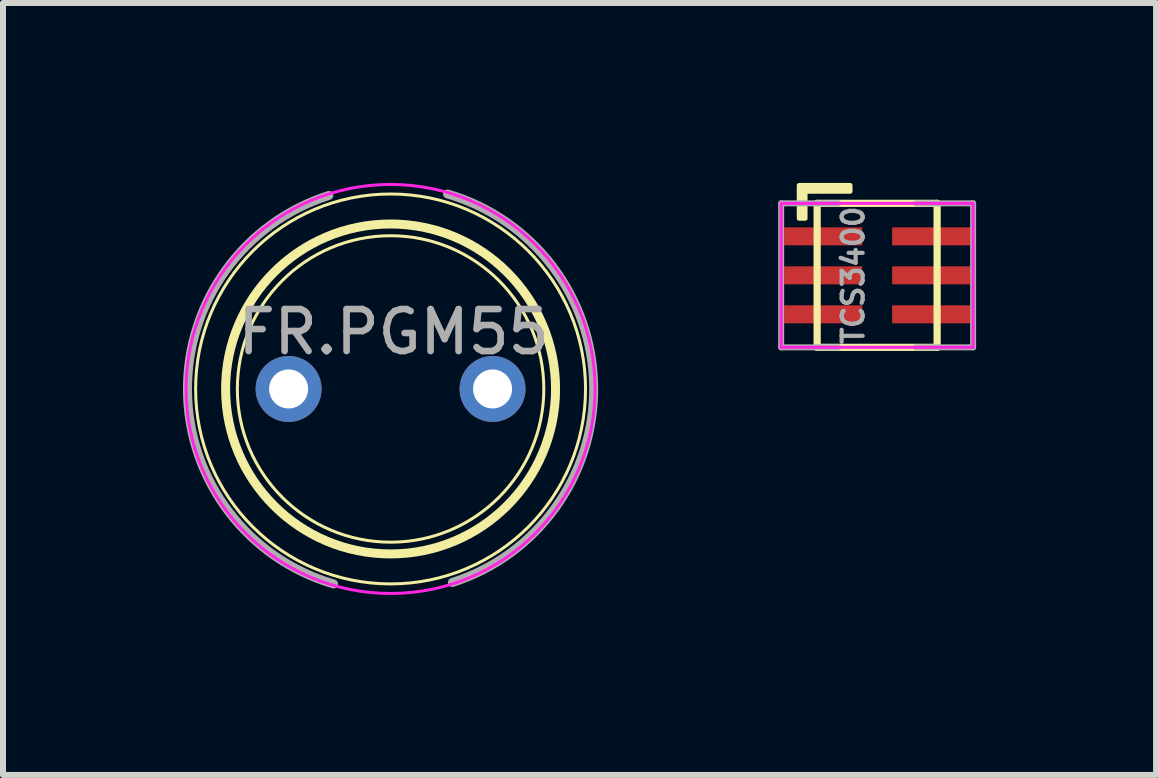
<source format=kicad_pcb>
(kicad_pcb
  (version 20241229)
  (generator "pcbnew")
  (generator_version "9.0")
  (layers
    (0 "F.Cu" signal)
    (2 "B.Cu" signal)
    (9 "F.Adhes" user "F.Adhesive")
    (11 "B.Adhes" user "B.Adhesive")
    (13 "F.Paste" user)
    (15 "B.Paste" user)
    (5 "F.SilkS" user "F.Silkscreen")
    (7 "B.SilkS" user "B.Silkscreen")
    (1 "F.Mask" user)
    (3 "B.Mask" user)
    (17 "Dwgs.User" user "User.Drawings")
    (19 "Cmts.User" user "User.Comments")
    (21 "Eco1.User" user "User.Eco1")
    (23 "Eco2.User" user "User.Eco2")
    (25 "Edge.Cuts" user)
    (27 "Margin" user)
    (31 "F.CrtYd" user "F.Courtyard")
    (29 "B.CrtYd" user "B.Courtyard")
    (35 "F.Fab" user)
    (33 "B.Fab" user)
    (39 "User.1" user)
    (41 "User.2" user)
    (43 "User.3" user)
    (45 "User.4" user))
  (footprint "TCS3400"
    (layer "F.Cu")
    (at 11.572 1.54)
    (property "Reference" "TCS3400" (at -0.4 0 90) (layer "F.Fab") (effects (font (size 0.35 0.35) (thickness 0.07))))
    (attr through_hole)
    (fp_line (start -1 -1.2) (end 1 -1.2) (stroke (width 0.12) (type solid)) (layer "F.SilkS"))
    (fp_line (start -1 1.2) (end -1 -1.2) (stroke (width 0.12) (type solid)) (layer "F.SilkS"))
    (fp_line (start 1 -1.2) (end 1 1.2) (stroke (width 0.12) (type solid)) (layer "F.SilkS"))
    (fp_line (start 1 1.2) (end -1 1.2) (stroke (width 0.12) (type solid)) (layer "F.SilkS"))
    (fp_poly (pts (xy -0.45 -1.4) (xy -1.2 -1.4) (xy -1.2 -0.95) (xy -1.3 -0.95) (xy -1.3 -1.5) (xy -0.45 -1.5)) (stroke (width 0.08) (type solid)) (fill yes) (layer "F.SilkS"))
    (fp_line (start -1.6 -1.2) (end -1.6 1.2) (stroke (width 0.05) (type solid)) (layer "F.CrtYd"))
    (fp_line (start 1.6 -1.2) (end -1.6 -1.2) (stroke (width 0.05) (type solid)) (layer "F.CrtYd"))
    (fp_line (start 1.6 -1.2) (end 1.6 1.2) (stroke (width 0.05) (type solid)) (layer "F.CrtYd"))
    (fp_line (start 1.6 1.2) (end -1.6 1.2) (stroke (width 0.05) (type solid)) (layer "F.CrtYd"))
    (fp_line (start -1.6 1.2) (end -1.6 -1.2) (stroke (width 0.1) (type solid)) (layer "F.Fab"))
    (fp_line (start -0.65 -1.2) (end -1.6 -1.2) (stroke (width 0.1) (type solid)) (layer "F.Fab"))
    (fp_line (start -0.65 1.2) (end -1.6 1.2) (stroke (width 0.1) (type solid)) (layer "F.Fab"))
    (fp_line (start 1.6 -1.2) (end 0.65 -1.2) (stroke (width 0.1) (type solid)) (layer "F.Fab"))
    (fp_line (start 1.6 1.2) (end 0.65 1.2) (stroke (width 0.1) (type solid)) (layer "F.Fab"))
    (fp_line (start 1.6 1.2) (end 1.6 -1.2) (stroke (width 0.1) (type solid)) (layer "F.Fab"))
    (pad "1" smd rect (at -0.9 -0.65 90) (size 0.3 1.3) (layers "F.Cu" "F.Mask" "F.Paste"))
    (pad "2" smd rect (at -0.9 0 90) (size 0.3 1.3) (layers "F.Cu" "F.Mask" "F.Paste"))
    (pad "3" smd rect (at -0.9 0.65 90) (size 0.3 1.3) (layers "F.Cu" "F.Mask" "F.Paste"))
    (pad "4" smd rect (at 0.9 0.65 90) (size 0.3 1.3) (layers "F.Cu" "F.Mask" "F.Paste"))
    (pad "5" smd rect (at 0.9 0 90) (size 0.3 1.3) (layers "F.Cu" "F.Mask" "F.Paste"))
    (pad "6" smd rect (at 0.9 -0.65 90) (size 0.3 1.3) (layers "F.Cu" "F.Mask" "F.Paste")))
  (footprint "FR.PGM55"
    (layer "F.Cu")
    (at 3.461 3.434)
    (property "Reference" "FR.PGM55" (at 0.05 -0.95 0) (layer "F.Fab") (effects (font (size 0.7 0.7) (thickness 0.11))))
    (attr through_hole)
    (fp_circle (center 0 0) (end 1.95 1.65) (stroke (width 0.05) (type solid)) (fill no) (layer "F.SilkS"))
    (fp_circle (center 0 0) (end 2.75 0) (stroke (width 0.15) (type solid)) (fill no) (layer "F.SilkS"))
    (fp_circle (center 0 0) (end 3.25 0) (stroke (width 0.05) (type solid)) (fill no) (layer "F.SilkS"))
    (fp_circle (center 0 0) (end 3.4 0.25) (stroke (width 0.05) (type solid)) (fill no) (layer "F.CrtYd"))
    (fp_arc (start -0.95 3.25) (mid -3.385744 0.041718) (end -1.029791 -3.225605) (stroke (width 0.15) (type solid)) (layer "F.Fab"))
    (fp_arc (start 0.95 -3.25) (mid 3.385744 -0.041718) (end 1.029791 3.225605) (stroke (width 0.15) (type solid)) (layer "F.Fab"))
    (pad "1" thru_hole circle (at -1.7 0) (size 1.1 1.1) (drill 0.65) (layers "*.Cu" "*.Mask"))
    (pad "2" thru_hole circle (at 1.7 0) (size 1.1 1.1) (drill 0.65) (layers "*.Cu" "*.Mask")))
  (gr_rect
    (start -3 -3)
    (end 16.222 9.868)
    (stroke (width 0.1) (type default))
    (fill no)
    (layer "Edge.Cuts")))
</source>
